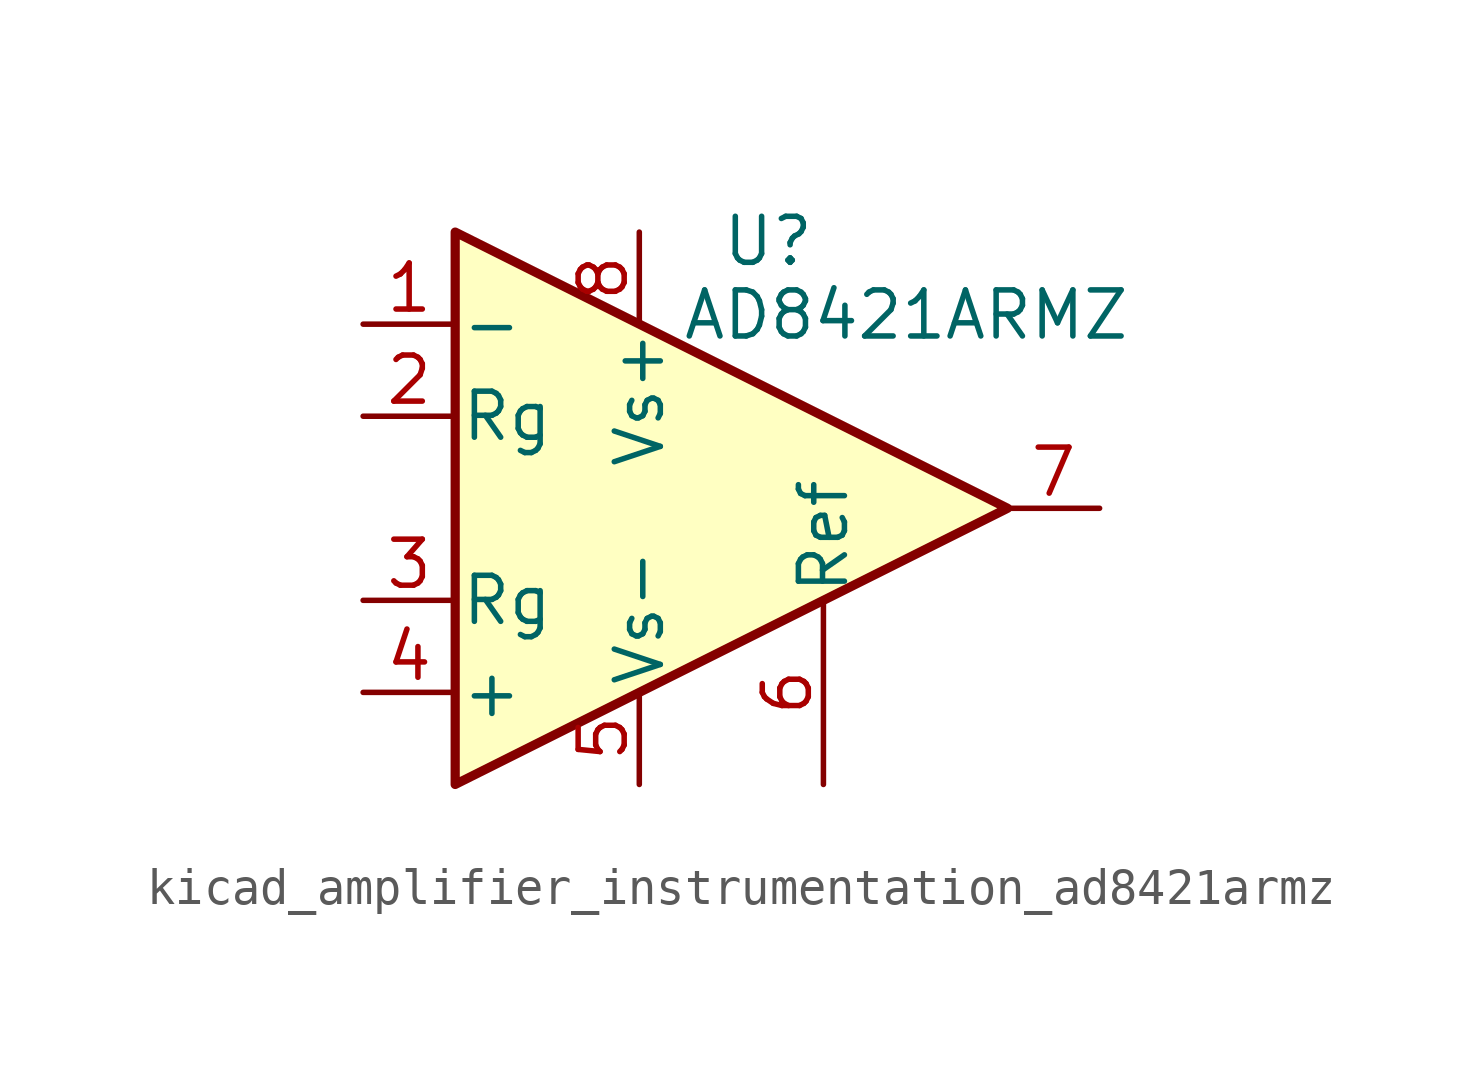
<source format=kicad_sym>
(kicad_symbol_lib
  (version 20220914)
  (generator kicad_symbol_editor)
  (symbol "kicad_amplifier_instrumentation_ad8421armz"
    (pin_names
      (offset 0.127))
    (property "Reference" "U"
      (at 3.556 7.366 0)
      (effects (font (size 1.27 1.27))))
    (property "Value" "AD8421ARMZ"
      (at 7.366 5.334 0)
      (effects (font (size 1.27 1.27))))
    (symbol "kicad_amplifier_instrumentation_ad8421armz_0_1"
      (polyline (pts (xy -5.08 7.62) (xy -5.08 -7.62) (xy 10.16 0) (xy -5.08 7.62)) (stroke (width 0.254) (type default)) (fill (type background))))
    (symbol "kicad_amplifier_instrumentation_ad8421armz_1_1"
      (pin input line (at -7.62 5.08 0) (length 2.54) (name "-" (effects (font (size 1.27 1.27)))) (number "1" (effects (font (size 1.27 1.27)))))
      (pin passive line (at -7.62 2.54 0) (length 2.54) (name "Rg" (effects (font (size 1.27 1.27)))) (number "2" (effects (font (size 1.27 1.27)))))
      (pin passive line (at -7.62 -2.54 0) (length 2.54) (name "Rg" (effects (font (size 1.27 1.27)))) (number "3" (effects (font (size 1.27 1.27)))))
      (pin input line (at -7.62 -5.08 0) (length 2.54) (name "+" (effects (font (size 1.27 1.27)))) (number "4" (effects (font (size 1.27 1.27)))))
      (pin power_in line (at 0 -7.62 90) (length 2.54) (name "Vs-" (effects (font (size 1.27 1.27)))) (number "5" (effects (font (size 1.27 1.27)))))
      (pin passive line (at 5.08 -7.62 90) (length 5.08) (name "Ref" (effects (font (size 1.27 1.27)))) (number "6" (effects (font (size 1.27 1.27)))))
      (pin output line (at 12.7 0 180) (length 2.54) (name "~" (effects (font (size 1.27 1.27)))) (number "7" (effects (font (size 1.27 1.27)))))
      (pin power_in line (at 0 7.62 270) (length 2.54) (name "Vs+" (effects (font (size 1.27 1.27)))) (number "8" (effects (font (size 1.27 1.27))))))))
</source>
